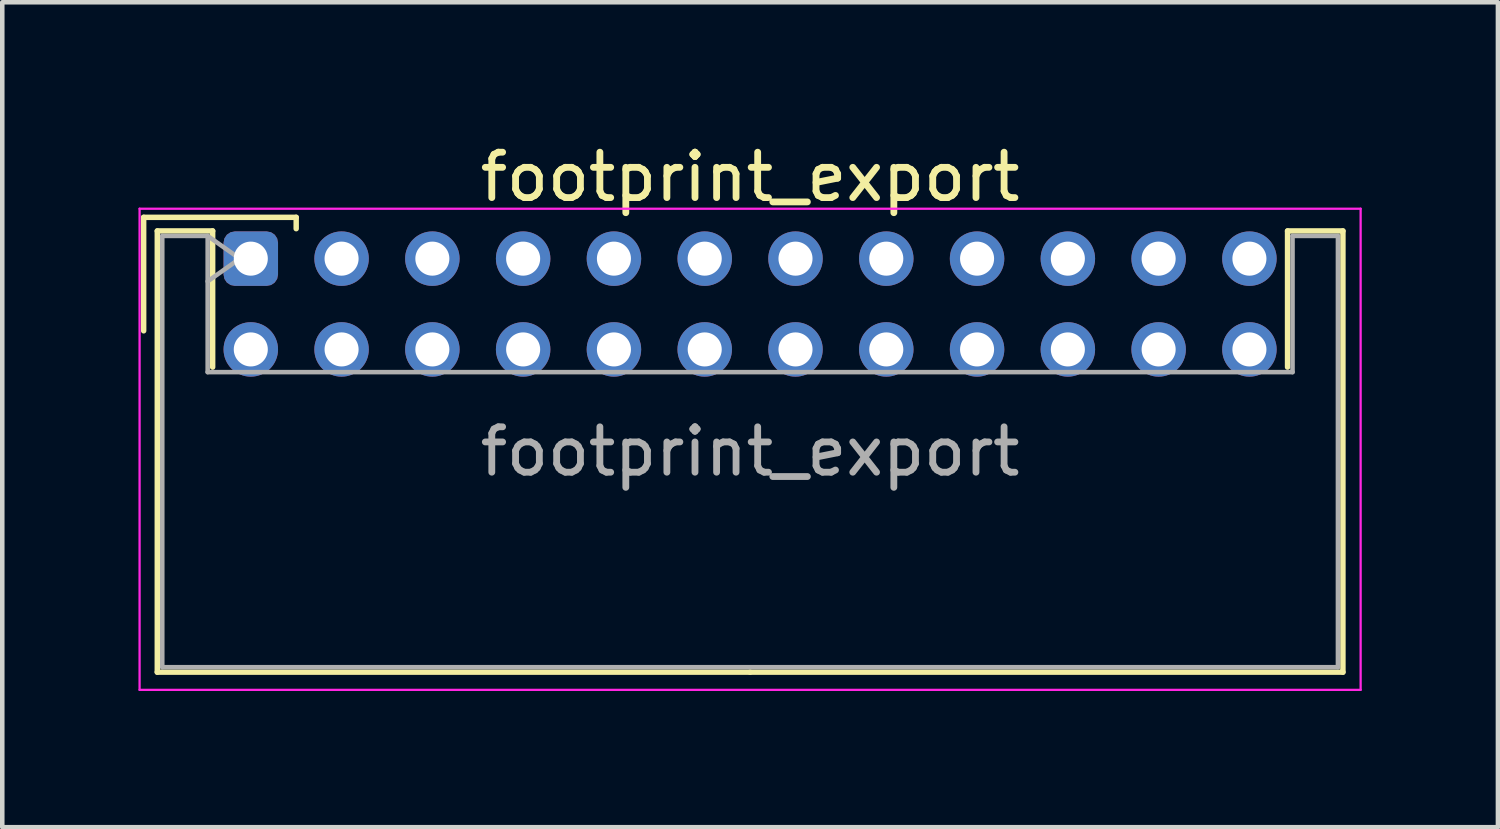
<source format=kicad_pcb>
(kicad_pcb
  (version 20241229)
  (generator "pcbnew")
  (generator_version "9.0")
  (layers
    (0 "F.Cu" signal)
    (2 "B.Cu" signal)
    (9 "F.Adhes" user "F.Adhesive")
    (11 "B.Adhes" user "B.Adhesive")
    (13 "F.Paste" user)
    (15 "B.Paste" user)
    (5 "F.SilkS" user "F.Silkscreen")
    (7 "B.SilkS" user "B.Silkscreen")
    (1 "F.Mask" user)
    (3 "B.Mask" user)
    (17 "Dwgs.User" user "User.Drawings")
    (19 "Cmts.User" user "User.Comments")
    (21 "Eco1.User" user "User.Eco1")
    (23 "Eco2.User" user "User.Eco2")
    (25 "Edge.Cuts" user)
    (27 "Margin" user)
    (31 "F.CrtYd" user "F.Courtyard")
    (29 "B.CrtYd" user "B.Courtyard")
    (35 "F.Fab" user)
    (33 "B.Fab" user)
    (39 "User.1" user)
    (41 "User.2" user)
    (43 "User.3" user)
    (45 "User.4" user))
  (footprint "footprint_export"
    (layer "F.Cu")
    (at 2.475 2.648)
    (property "Reference" "footprint_export" (at 11 -1.8 0) (layer "F.SilkS") (effects (font (size 1 1) (thickness 0.15))))
    (attr through_hole)
    (fp_line (start -2.36 -0.91) (end -2.36 1.59) (stroke (width 0.12) (type solid)) (layer "F.SilkS"))
    (fp_line (start -2.06 -0.61) (end -2.06 9.11) (stroke (width 0.12) (type solid)) (layer "F.SilkS"))
    (fp_line (start -2.06 9.11) (end 11 9.11) (stroke (width 0.12) (type solid)) (layer "F.SilkS"))
    (fp_line (start -0.84 -0.61) (end -2.06 -0.61) (stroke (width 0.12) (type solid)) (layer "F.SilkS"))
    (fp_line (start -0.84 2.39) (end -0.84 -0.61) (stroke (width 0.12) (type solid)) (layer "F.SilkS"))
    (fp_line (start 1 -0.91) (end -2.36 -0.91) (stroke (width 0.12) (type solid)) (layer "F.SilkS"))
    (fp_line (start 1 -0.66) (end 1 -0.91) (stroke (width 0.12) (type solid)) (layer "F.SilkS"))
    (fp_line (start 22.84 -0.61) (end 24.06 -0.61) (stroke (width 0.12) (type solid)) (layer "F.SilkS"))
    (fp_line (start 22.84 2.39) (end 22.84 -0.61) (stroke (width 0.12) (type solid)) (layer "F.SilkS"))
    (fp_line (start 24.06 -0.61) (end 24.06 9.11) (stroke (width 0.12) (type solid)) (layer "F.SilkS"))
    (fp_line (start 24.06 9.11) (end 11 9.11) (stroke (width 0.12) (type solid)) (layer "F.SilkS"))
    (fp_line (start -2.45 -1.1) (end -2.45 9.5) (stroke (width 0.05) (type solid)) (layer "F.CrtYd"))
    (fp_line (start -2.45 9.5) (end 24.45 9.5) (stroke (width 0.05) (type solid)) (layer "F.CrtYd"))
    (fp_line (start 24.45 -1.1) (end -2.45 -1.1) (stroke (width 0.05) (type solid)) (layer "F.CrtYd"))
    (fp_line (start 24.45 9.5) (end 24.45 -1.1) (stroke (width 0.05) (type solid)) (layer "F.CrtYd"))
    (fp_line (start -1.95 -0.5) (end -0.95 -0.5) (stroke (width 0.1) (type solid)) (layer "F.Fab"))
    (fp_line (start -1.95 9) (end -1.95 -0.5) (stroke (width 0.1) (type solid)) (layer "F.Fab"))
    (fp_line (start -0.95 -0.5) (end -0.95 2.5) (stroke (width 0.1) (type solid)) (layer "F.Fab"))
    (fp_line (start -0.95 -0.5) (end -0.243 0) (stroke (width 0.1) (type solid)) (layer "F.Fab"))
    (fp_line (start -0.95 2.5) (end 22.95 2.5) (stroke (width 0.1) (type solid)) (layer "F.Fab"))
    (fp_line (start -0.243 0) (end -0.95 0.5) (stroke (width 0.1) (type solid)) (layer "F.Fab"))
    (fp_line (start 22.95 -0.5) (end 23.95 -0.5) (stroke (width 0.1) (type solid)) (layer "F.Fab"))
    (fp_line (start 22.95 2.5) (end 22.95 -0.5) (stroke (width 0.1) (type solid)) (layer "F.Fab"))
    (fp_line (start 23.95 -0.5) (end 23.95 9) (stroke (width 0.1) (type solid)) (layer "F.Fab"))
    (fp_line (start 23.95 9) (end -1.95 9) (stroke (width 0.1) (type solid)) (layer "F.Fab"))
    (fp_text user "${REFERENCE}" (at 11 4.25 0) (layer "F.Fab") (effects (font (size 1 1) (thickness 0.15))))
    (pad "1" thru_hole roundrect (at 0 0) (size 1.2 1.2) (drill 0.75) (layers "*.Cu" "*.Mask") (roundrect_rratio 0.208))
    (pad "2" thru_hole circle (at 0 2) (size 1.2 1.2) (drill 0.75) (layers "*.Cu" "*.Mask"))
    (pad "3" thru_hole circle (at 2 0) (size 1.2 1.2) (drill 0.75) (layers "*.Cu" "*.Mask"))
    (pad "4" thru_hole circle (at 2 2) (size 1.2 1.2) (drill 0.75) (layers "*.Cu" "*.Mask"))
    (pad "5" thru_hole circle (at 4 0) (size 1.2 1.2) (drill 0.75) (layers "*.Cu" "*.Mask"))
    (pad "6" thru_hole circle (at 4 2) (size 1.2 1.2) (drill 0.75) (layers "*.Cu" "*.Mask"))
    (pad "7" thru_hole circle (at 6 0) (size 1.2 1.2) (drill 0.75) (layers "*.Cu" "*.Mask"))
    (pad "8" thru_hole circle (at 6 2) (size 1.2 1.2) (drill 0.75) (layers "*.Cu" "*.Mask"))
    (pad "9" thru_hole circle (at 8 0) (size 1.2 1.2) (drill 0.75) (layers "*.Cu" "*.Mask"))
    (pad "10" thru_hole circle (at 8 2) (size 1.2 1.2) (drill 0.75) (layers "*.Cu" "*.Mask"))
    (pad "11" thru_hole circle (at 10 0) (size 1.2 1.2) (drill 0.75) (layers "*.Cu" "*.Mask"))
    (pad "12" thru_hole circle (at 10 2) (size 1.2 1.2) (drill 0.75) (layers "*.Cu" "*.Mask"))
    (pad "13" thru_hole circle (at 12 0) (size 1.2 1.2) (drill 0.75) (layers "*.Cu" "*.Mask"))
    (pad "14" thru_hole circle (at 12 2) (size 1.2 1.2) (drill 0.75) (layers "*.Cu" "*.Mask"))
    (pad "15" thru_hole circle (at 14 0) (size 1.2 1.2) (drill 0.75) (layers "*.Cu" "*.Mask"))
    (pad "16" thru_hole circle (at 14 2) (size 1.2 1.2) (drill 0.75) (layers "*.Cu" "*.Mask"))
    (pad "17" thru_hole circle (at 16 0) (size 1.2 1.2) (drill 0.75) (layers "*.Cu" "*.Mask"))
    (pad "18" thru_hole circle (at 16 2) (size 1.2 1.2) (drill 0.75) (layers "*.Cu" "*.Mask"))
    (pad "19" thru_hole circle (at 18 0) (size 1.2 1.2) (drill 0.75) (layers "*.Cu" "*.Mask"))
    (pad "20" thru_hole circle (at 18 2) (size 1.2 1.2) (drill 0.75) (layers "*.Cu" "*.Mask"))
    (pad "21" thru_hole circle (at 20 0) (size 1.2 1.2) (drill 0.75) (layers "*.Cu" "*.Mask"))
    (pad "22" thru_hole circle (at 20 2) (size 1.2 1.2) (drill 0.75) (layers "*.Cu" "*.Mask"))
    (pad "23" thru_hole circle (at 22 0) (size 1.2 1.2) (drill 0.75) (layers "*.Cu" "*.Mask"))
    (pad "24" thru_hole circle (at 22 2) (size 1.2 1.2) (drill 0.75) (layers "*.Cu" "*.Mask")))
  (gr_rect
    (start -3 -3)
    (end 29.95 15.173)
    (stroke (width 0.1) (type default))
    (fill no)
    (layer "Edge.Cuts")))
</source>
